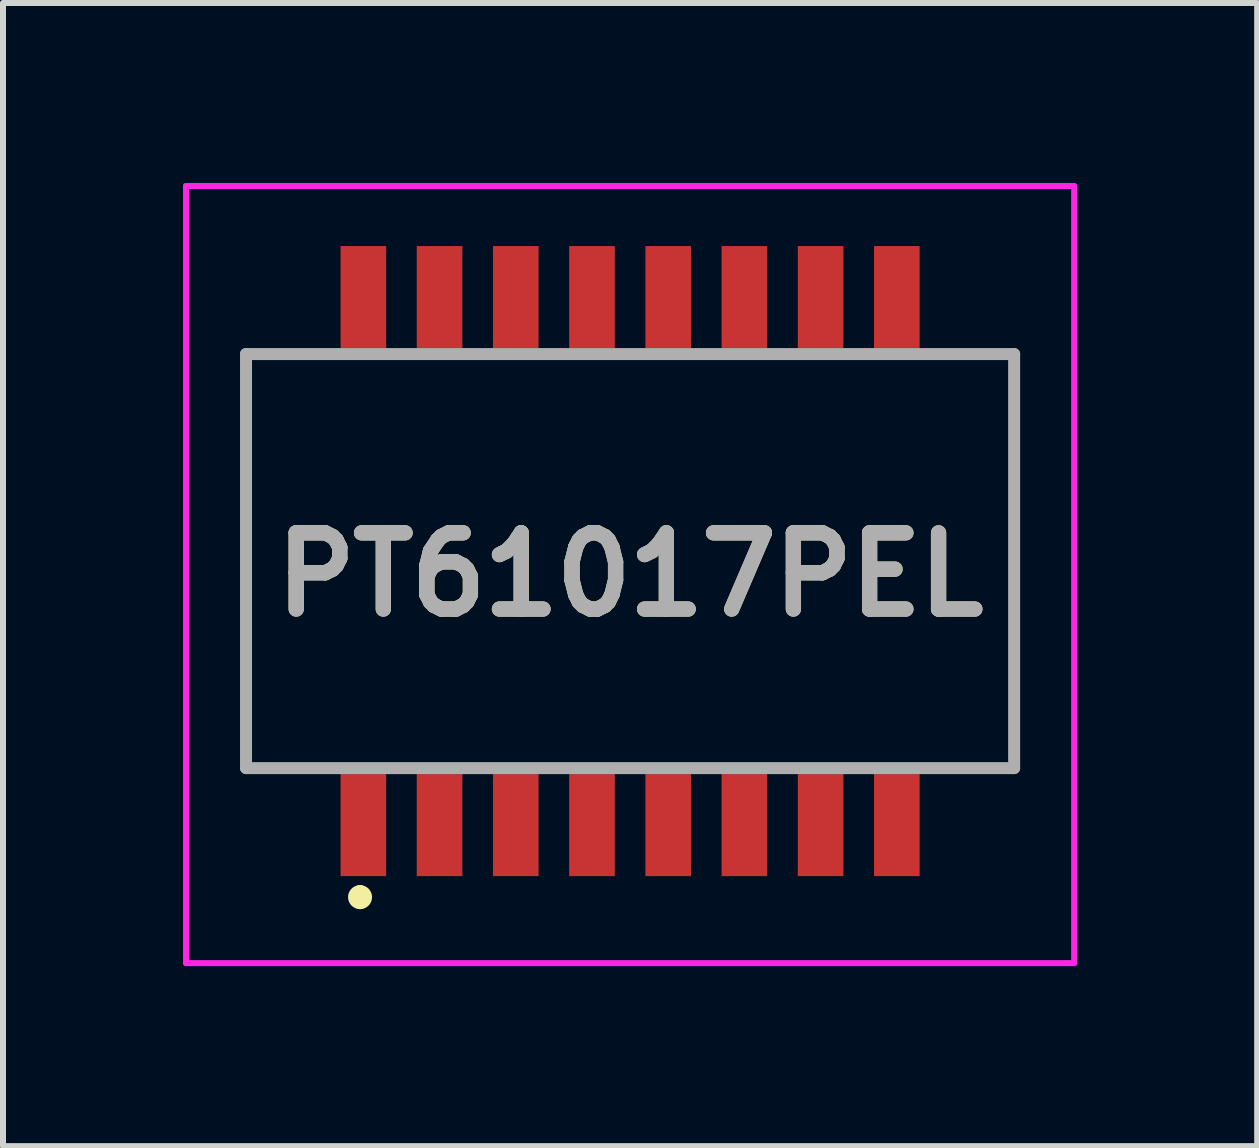
<source format=kicad_pcb>
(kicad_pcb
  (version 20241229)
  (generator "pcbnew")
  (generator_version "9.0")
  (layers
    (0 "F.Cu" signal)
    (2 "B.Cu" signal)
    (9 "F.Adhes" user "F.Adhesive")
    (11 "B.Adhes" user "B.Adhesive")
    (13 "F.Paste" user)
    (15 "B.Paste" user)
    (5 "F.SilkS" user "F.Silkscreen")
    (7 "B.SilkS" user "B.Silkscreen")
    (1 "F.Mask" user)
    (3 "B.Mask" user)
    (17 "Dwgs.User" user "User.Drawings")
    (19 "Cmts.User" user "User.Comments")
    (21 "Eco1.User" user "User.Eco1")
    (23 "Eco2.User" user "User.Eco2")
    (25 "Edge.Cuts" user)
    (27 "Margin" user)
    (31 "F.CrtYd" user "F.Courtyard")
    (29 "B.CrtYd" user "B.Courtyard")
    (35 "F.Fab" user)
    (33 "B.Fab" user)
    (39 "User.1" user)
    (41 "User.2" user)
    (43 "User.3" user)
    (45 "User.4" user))
  (footprint "PT61017PEL"
    (layer "F.Cu")
    (at 7.45 6.95)
    (property "Reference" "PT61017PEL" (at 0 -0.425 0) (layer "F.SilkS") (effects (font (size 1.27 1.27) (thickness 0.254))))
    (attr smd)
    (fp_line (start -6.4 -4.1) (end -5.5 -4.1) (stroke (width 0.1) (type solid)) (layer "F.SilkS"))
    (fp_line (start -6.4 2.8) (end -6.4 -4.1) (stroke (width 0.1) (type solid)) (layer "F.SilkS"))
    (fp_line (start -5.5 2.8) (end -6.4 2.8) (stroke (width 0.1) (type solid)) (layer "F.SilkS"))
    (fp_line (start -4.5 4.85) (end -4.5 4.85) (stroke (width 0.2) (type solid)) (layer "F.SilkS"))
    (fp_line (start -4.5 5.05) (end -4.5 5.05) (stroke (width 0.2) (type solid)) (layer "F.SilkS"))
    (fp_line (start 5.5 -4.1) (end 6.4 -4.1) (stroke (width 0.1) (type solid)) (layer "F.SilkS"))
    (fp_line (start 6.4 -4.1) (end 6.4 2.8) (stroke (width 0.1) (type solid)) (layer "F.SilkS"))
    (fp_line (start 6.4 2.8) (end 5.5 2.8) (stroke (width 0.1) (type solid)) (layer "F.SilkS"))
    (fp_arc (start -4.5 4.85) (mid -4.4 4.95) (end -4.5 5.05) (stroke (width 0.2) (type solid)) (layer "F.SilkS"))
    (fp_arc (start -4.5 5.05) (mid -4.6 4.95) (end -4.5 4.85) (stroke (width 0.2) (type solid)) (layer "F.SilkS"))
    (fp_line (start -7.4 -6.9) (end 7.4 -6.9) (stroke (width 0.1) (type solid)) (layer "F.CrtYd"))
    (fp_line (start -7.4 6.05) (end -7.4 -6.9) (stroke (width 0.1) (type solid)) (layer "F.CrtYd"))
    (fp_line (start 7.4 -6.9) (end 7.4 6.05) (stroke (width 0.1) (type solid)) (layer "F.CrtYd"))
    (fp_line (start 7.4 6.05) (end -7.4 6.05) (stroke (width 0.1) (type solid)) (layer "F.CrtYd"))
    (fp_line (start -6.4 -4.1) (end 6.4 -4.1) (stroke (width 0.2) (type solid)) (layer "F.Fab"))
    (fp_line (start -6.4 2.8) (end -6.4 -4.1) (stroke (width 0.2) (type solid)) (layer "F.Fab"))
    (fp_line (start 6.4 -4.1) (end 6.4 2.8) (stroke (width 0.2) (type solid)) (layer "F.Fab"))
    (fp_line (start 6.4 2.8) (end -6.4 2.8) (stroke (width 0.2) (type solid)) (layer "F.Fab"))
    (fp_text user "${REFERENCE}" (at 0 -0.425 0) (layer "F.Fab") (effects (font (size 1.27 1.27) (thickness 0.254))))
    (pad "1" smd rect (at -4.445 3.75) (size 0.76 1.7) (layers "F.Cu" "F.Mask" "F.Paste"))
    (pad "2" smd rect (at -3.175 3.75) (size 0.76 1.7) (layers "F.Cu" "F.Mask" "F.Paste"))
    (pad "3" smd rect (at -1.905 3.75) (size 0.76 1.7) (layers "F.Cu" "F.Mask" "F.Paste"))
    (pad "4" smd rect (at -0.635 3.75) (size 0.76 1.7) (layers "F.Cu" "F.Mask" "F.Paste"))
    (pad "5" smd rect (at 0.635 3.75) (size 0.76 1.7) (layers "F.Cu" "F.Mask" "F.Paste"))
    (pad "6" smd rect (at 1.905 3.75) (size 0.76 1.7) (layers "F.Cu" "F.Mask" "F.Paste"))
    (pad "7" smd rect (at 3.175 3.75) (size 0.76 1.7) (layers "F.Cu" "F.Mask" "F.Paste"))
    (pad "8" smd rect (at 4.445 3.75) (size 0.76 1.7) (layers "F.Cu" "F.Mask" "F.Paste"))
    (pad "9" smd rect (at 4.445 -5.05) (size 0.76 1.7) (layers "F.Cu" "F.Mask" "F.Paste"))
    (pad "10" smd rect (at 3.175 -5.05) (size 0.76 1.7) (layers "F.Cu" "F.Mask" "F.Paste"))
    (pad "11" smd rect (at 1.905 -5.05) (size 0.76 1.7) (layers "F.Cu" "F.Mask" "F.Paste"))
    (pad "12" smd rect (at 0.635 -5.05) (size 0.76 1.7) (layers "F.Cu" "F.Mask" "F.Paste"))
    (pad "13" smd rect (at -0.635 -5.05) (size 0.76 1.7) (layers "F.Cu" "F.Mask" "F.Paste"))
    (pad "14" smd rect (at -1.905 -5.05) (size 0.76 1.7) (layers "F.Cu" "F.Mask" "F.Paste"))
    (pad "15" smd rect (at -3.175 -5.05) (size 0.76 1.7) (layers "F.Cu" "F.Mask" "F.Paste"))
    (pad "16" smd rect (at -4.445 -5.05) (size 0.76 1.7) (layers "F.Cu" "F.Mask" "F.Paste")))
  (gr_rect
    (start -3 -3)
    (end 17.9 16.05)
    (stroke (width 0.1) (type default))
    (fill no)
    (layer "Edge.Cuts")))
</source>
